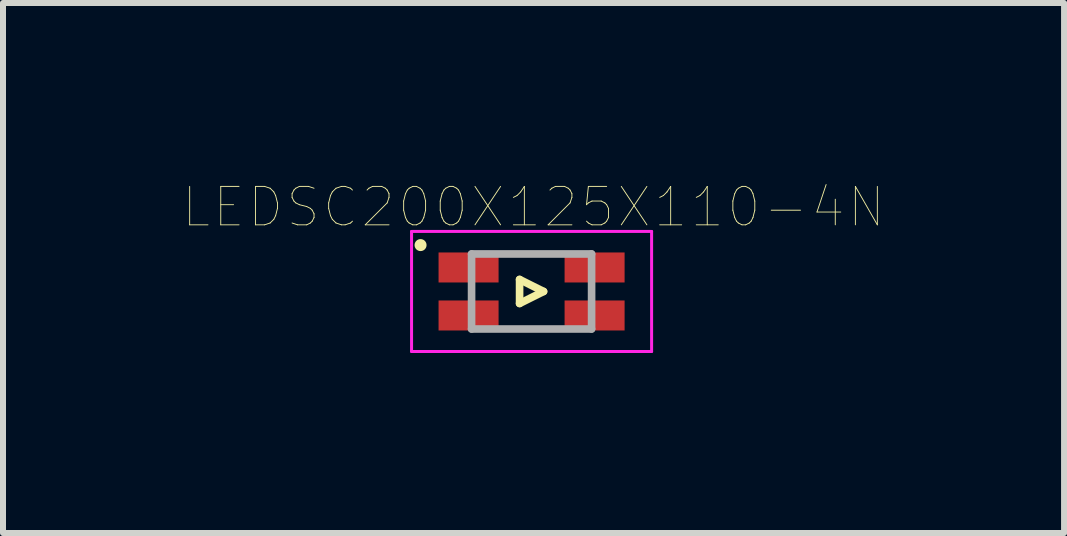
<source format=kicad_pcb>
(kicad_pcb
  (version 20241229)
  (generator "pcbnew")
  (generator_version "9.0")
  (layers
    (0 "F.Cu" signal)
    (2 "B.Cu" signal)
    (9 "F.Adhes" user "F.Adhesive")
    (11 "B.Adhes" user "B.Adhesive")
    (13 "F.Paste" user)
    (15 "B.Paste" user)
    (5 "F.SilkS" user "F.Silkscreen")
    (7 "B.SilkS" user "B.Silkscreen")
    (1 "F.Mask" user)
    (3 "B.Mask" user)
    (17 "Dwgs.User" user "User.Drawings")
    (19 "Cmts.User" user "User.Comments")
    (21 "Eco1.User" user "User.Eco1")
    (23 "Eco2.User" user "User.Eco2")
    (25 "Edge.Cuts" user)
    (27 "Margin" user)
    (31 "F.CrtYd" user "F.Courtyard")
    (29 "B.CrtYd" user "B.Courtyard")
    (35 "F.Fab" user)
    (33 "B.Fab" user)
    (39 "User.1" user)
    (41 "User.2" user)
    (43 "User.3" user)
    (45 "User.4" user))
  (footprint "LEDSC200X125X110-4N"
    (layer "F.Cu")
    (at 5.808 1.807)
    (property "Reference" "LEDSC200X125X110-4N" (at 0.032 -1.406 0) (layer "F.SilkS") (effects (font (size 0.64 0.64) (thickness 0.015))))
    (attr through_hole)
    (fp_line (start -0.2 -0.2) (end -0.2 0.2) (stroke (width 0.127) (type solid)) (layer "F.SilkS"))
    (fp_line (start -0.2 0.2) (end 0.2 0) (stroke (width 0.127) (type solid)) (layer "F.SilkS"))
    (fp_line (start 0.2 0) (end -0.2 -0.2) (stroke (width 0.127) (type solid)) (layer "F.SilkS"))
    (fp_circle (center -1.85 -0.773) (end -1.75 -0.773) (stroke (width 0) (type solid)) (fill yes) (layer "F.SilkS"))
    (fp_line (start -2 -1) (end -2 1) (stroke (width 0.05) (type solid)) (layer "F.CrtYd"))
    (fp_line (start -2 -1) (end 2 -1) (stroke (width 0.05) (type solid)) (layer "F.CrtYd"))
    (fp_line (start -2 1) (end 2 1) (stroke (width 0.05) (type solid)) (layer "F.CrtYd"))
    (fp_line (start 2 -1) (end 2 1) (stroke (width 0.05) (type solid)) (layer "F.CrtYd"))
    (fp_line (start -1 -0.625) (end 1 -0.625) (stroke (width 0.127) (type solid)) (layer "F.Fab"))
    (fp_line (start -1 0.625) (end -1 -0.625) (stroke (width 0.127) (type solid)) (layer "F.Fab"))
    (fp_line (start 1 -0.625) (end 1 0.625) (stroke (width 0.127) (type solid)) (layer "F.Fab"))
    (fp_line (start 1 0.625) (end -1 0.625) (stroke (width 0.127) (type solid)) (layer "F.Fab"))
    (pad "1" smd rect (at -1.05 -0.4) (size 1 0.5) (layers "F.Cu" "F.Mask" "F.Paste"))
    (pad "2" smd rect (at 1.05 -0.4) (size 1 0.5) (layers "F.Cu" "F.Mask" "F.Paste"))
    (pad "3" smd rect (at -1.05 0.4) (size 1 0.5) (layers "F.Cu" "F.Mask" "F.Paste"))
    (pad "4" smd rect (at 1.05 0.4) (size 1 0.5) (layers "F.Cu" "F.Mask" "F.Paste")))
  (gr_rect
    (start -3 -3)
    (end 14.681 5.832)
    (stroke (width 0.1) (type default))
    (fill no)
    (layer "Edge.Cuts")))
</source>
